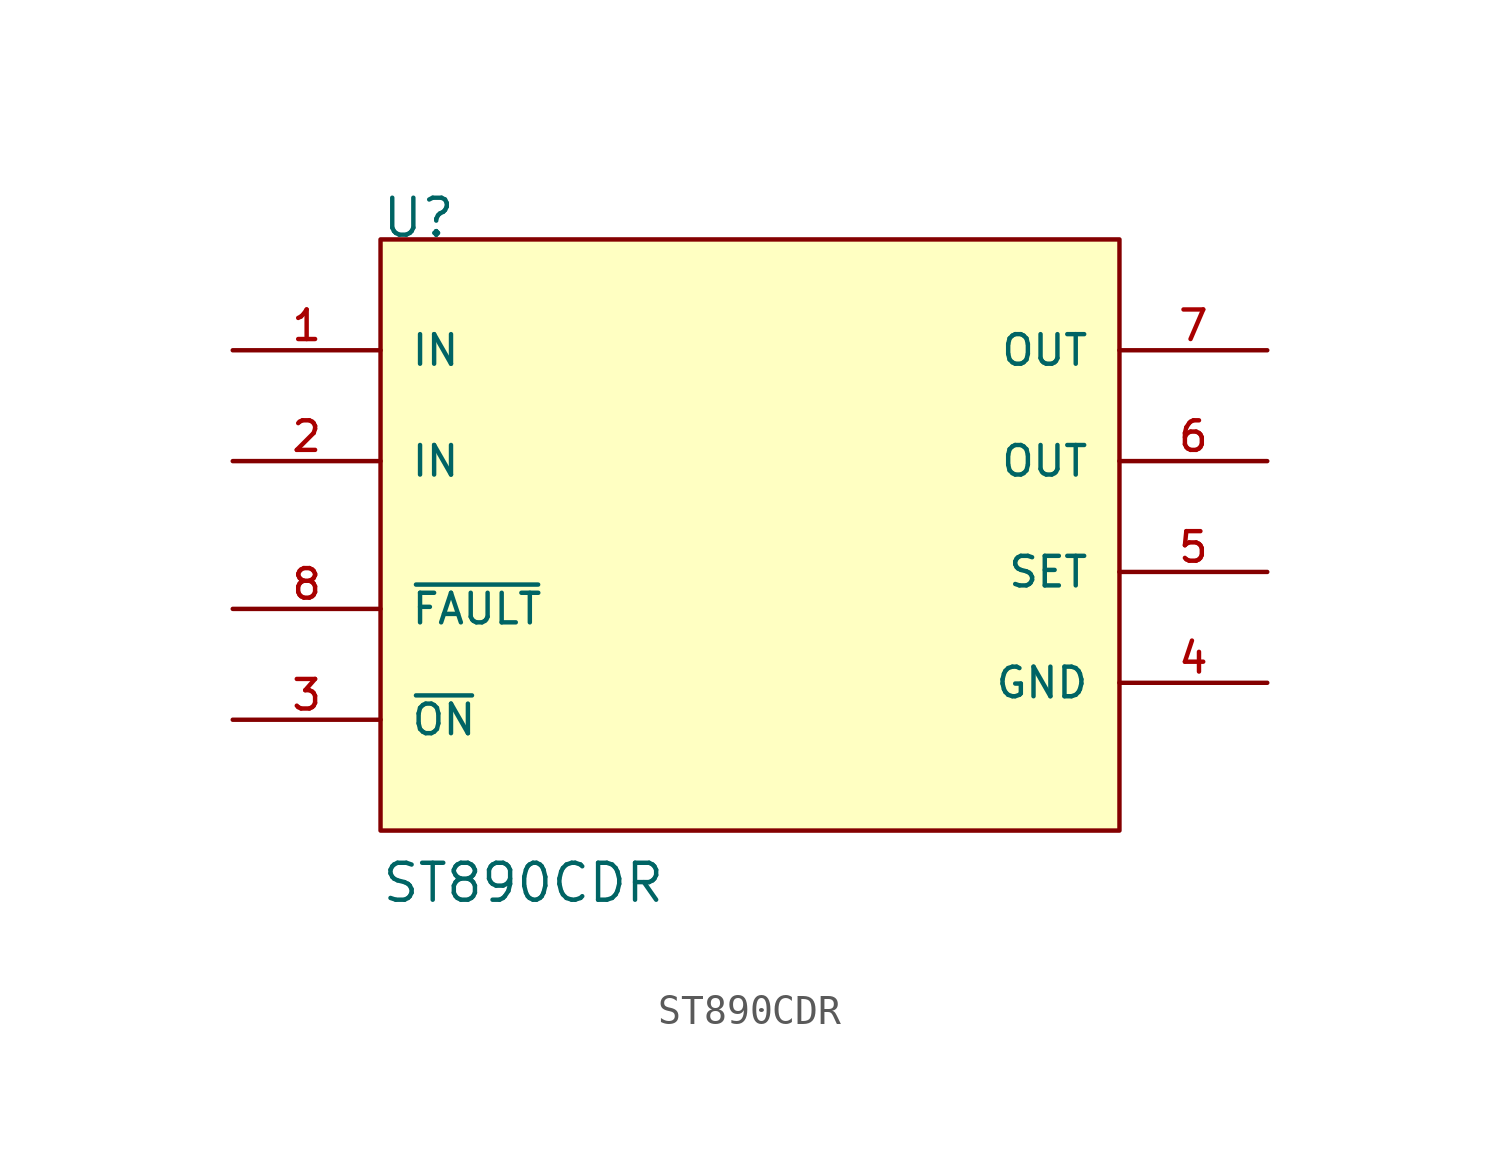
<source format=kicad_sym>
(kicad_symbol_lib
  (version 20220914)
  (generator kicad_symbol_editor)
  (symbol "ST890CDR"
    (pin_names
      (offset 1.016))
    (property "Reference" "U"
      (at -12.7 10.16 0)
      (effects (font (size 1.27 1.27)) (justify left bottom)))
    (property "Value" "ST890CDR"
      (at -12.7 -12.7 0)
      (effects (font (size 1.27 1.27)) (justify left bottom)))
    (symbol "ST890CDR_0_0"
      (rectangle (start -12.7 10.16) (end 12.7 -10.16) (stroke (width 0.152) (type default)) (fill (type background)))
      (pin input line (at -17.78 6.35 0) (length 5.08) (name "IN" (effects (font (size 1.016 1.016)))) (number "1" (effects (font (size 1.016 1.016)))))
      (pin input line (at -17.78 2.54 0) (length 5.08) (name "IN" (effects (font (size 1.016 1.016)))) (number "2" (effects (font (size 1.016 1.016)))))
      (pin input line (at -17.78 -6.35 0) (length 5.08) (name "~{ON}" (effects (font (size 1.016 1.016)))) (number "3" (effects (font (size 1.016 1.016)))))
      (pin power_in line (at 17.78 -5.08 180) (length 5.08) (name "GND" (effects (font (size 1.016 1.016)))) (number "4" (effects (font (size 1.016 1.016)))))
      (pin input line (at 17.78 -1.27 180) (length 5.08) (name "SET" (effects (font (size 1.016 1.016)))) (number "5" (effects (font (size 1.016 1.016)))))
      (pin output line (at 17.78 6.35 180) (length 5.08) (name "OUT" (effects (font (size 1.016 1.016)))) (number "7" (effects (font (size 1.016 1.016)))))
      (pin output line (at -17.78 -2.54 0) (length 5.08) (name "~{FAULT}" (effects (font (size 1.016 1.016)))) (number "8" (effects (font (size 1.016 1.016))))))
    (symbol "ST890CDR_1_0"
      (pin free line (at 17.78 2.54 180) (length 5.08) (name "OUT" (effects (font (size 1.016 1.016)))) (number "6" (effects (font (size 1.016 1.016))))))))
</source>
